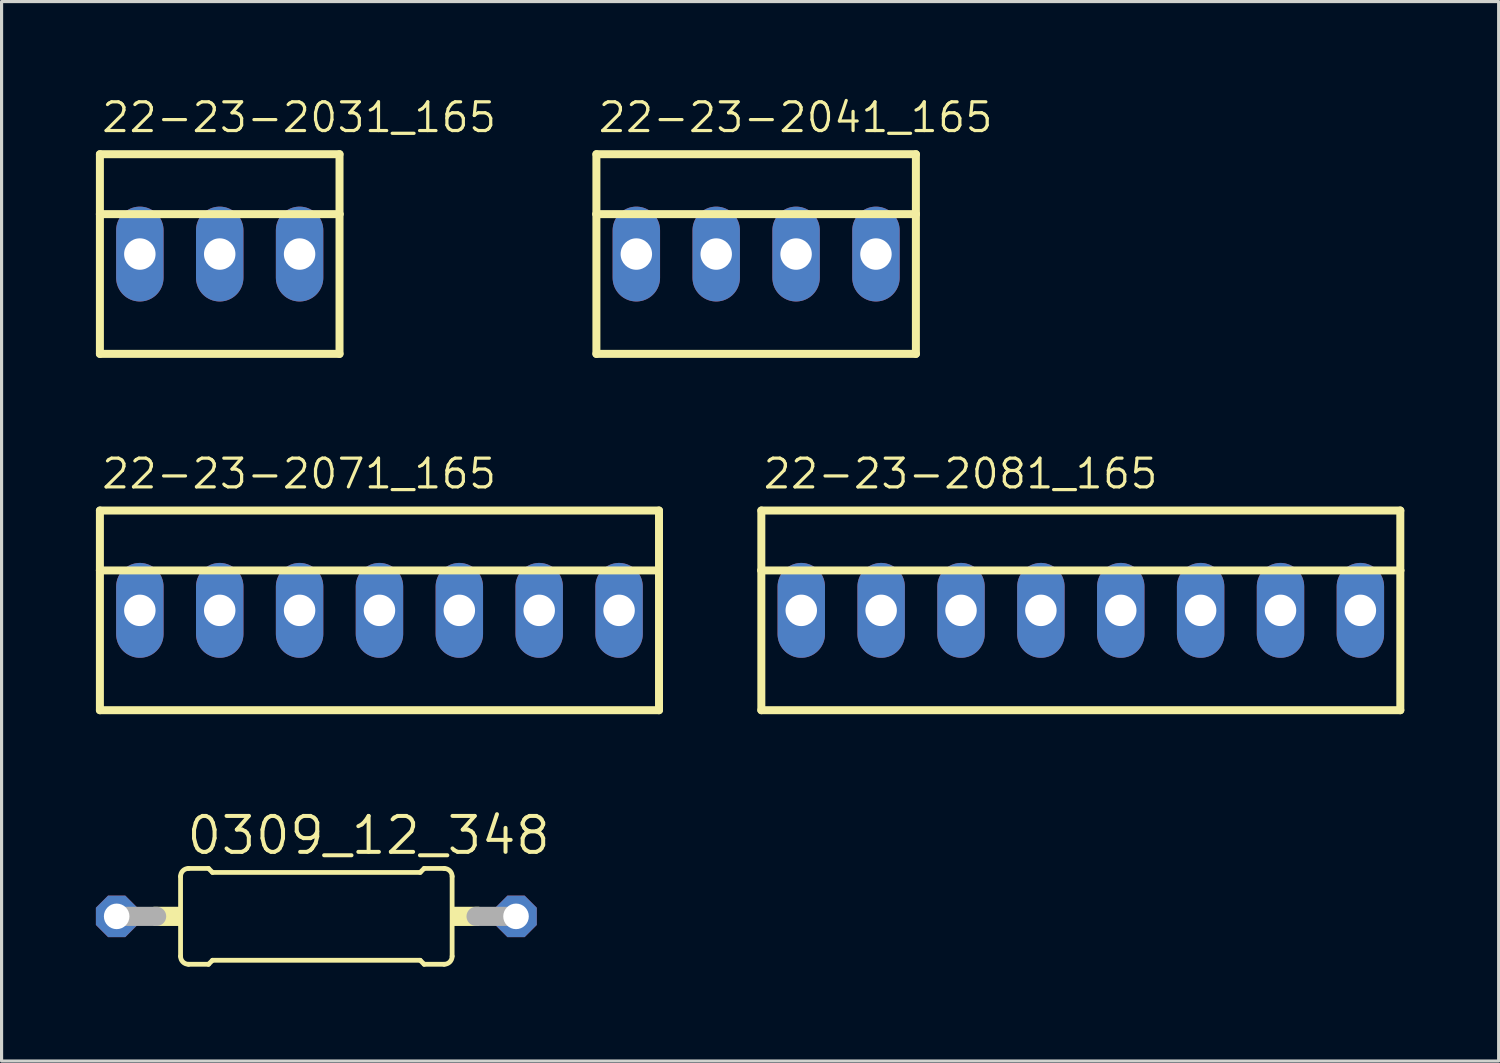
<source format=kicad_pcb>
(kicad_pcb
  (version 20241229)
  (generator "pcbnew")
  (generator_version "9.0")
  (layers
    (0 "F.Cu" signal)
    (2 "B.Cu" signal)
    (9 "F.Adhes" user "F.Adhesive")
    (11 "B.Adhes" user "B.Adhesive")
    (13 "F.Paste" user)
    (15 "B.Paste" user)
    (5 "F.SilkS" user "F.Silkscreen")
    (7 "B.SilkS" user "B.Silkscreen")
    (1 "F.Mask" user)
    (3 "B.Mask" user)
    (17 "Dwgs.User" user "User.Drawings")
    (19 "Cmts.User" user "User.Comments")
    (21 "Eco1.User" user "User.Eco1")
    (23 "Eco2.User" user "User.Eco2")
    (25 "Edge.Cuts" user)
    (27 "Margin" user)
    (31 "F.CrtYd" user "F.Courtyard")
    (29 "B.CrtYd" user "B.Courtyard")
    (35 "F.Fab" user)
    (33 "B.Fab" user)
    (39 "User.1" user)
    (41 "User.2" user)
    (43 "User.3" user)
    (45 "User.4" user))
  (footprint "22-23-2041_165"
    (layer "F.Cu")
    (at 20.996 5.029)
    (property "Reference" "22-23-2041_165" (at -5.08 -3.81 0) (unlocked yes) (layer "F.SilkS") (effects (font (size 0.914 0.914) (thickness 0.102)) (justify left bottom)))
    (fp_line (start -5.08 -3.175) (end 5.08 -3.175) (stroke (width 0.254) (type solid)) (layer "F.SilkS"))
    (fp_line (start -5.08 -1.27) (end -5.08 -3.175) (stroke (width 0.254) (type solid)) (layer "F.SilkS"))
    (fp_line (start -5.08 -1.27) (end 5.08 -1.27) (stroke (width 0.254) (type solid)) (layer "F.SilkS"))
    (fp_line (start -5.08 3.175) (end -5.08 -1.27) (stroke (width 0.254) (type solid)) (layer "F.SilkS"))
    (fp_line (start 5.08 -3.175) (end 5.08 -1.27) (stroke (width 0.254) (type solid)) (layer "F.SilkS"))
    (fp_line (start 5.08 -1.27) (end 5.08 3.175) (stroke (width 0.254) (type solid)) (layer "F.SilkS"))
    (fp_line (start 5.08 3.175) (end -5.08 3.175) (stroke (width 0.254) (type solid)) (layer "F.SilkS"))
    (pad "1" thru_hole oval (at -3.81 0 90) (size 3.016 1.508) (drill 1) (layers "*.Cu" "*.Mask"))
    (pad "2" thru_hole oval (at -1.27 0 90) (size 3.016 1.508) (drill 1) (layers "*.Cu" "*.Mask"))
    (pad "3" thru_hole oval (at 1.27 0 90) (size 3.016 1.508) (drill 1) (layers "*.Cu" "*.Mask"))
    (pad "4" thru_hole oval (at 3.81 0 90) (size 3.016 1.508) (drill 1) (layers "*.Cu" "*.Mask")))
  (footprint "22-23-2081_165"
    (layer "F.Cu")
    (at 31.321 16.36)
    (property "Reference" "22-23-2081_165" (at -10.16 -3.81 0) (unlocked yes) (layer "F.SilkS") (effects (font (size 0.914 0.914) (thickness 0.102)) (justify left bottom)))
    (fp_line (start -10.16 -3.175) (end 10.16 -3.175) (stroke (width 0.254) (type solid)) (layer "F.SilkS"))
    (fp_line (start -10.16 -1.27) (end -10.16 -3.175) (stroke (width 0.254) (type solid)) (layer "F.SilkS"))
    (fp_line (start -10.16 -1.27) (end 10.16 -1.27) (stroke (width 0.254) (type solid)) (layer "F.SilkS"))
    (fp_line (start -10.16 3.175) (end -10.16 -1.27) (stroke (width 0.254) (type solid)) (layer "F.SilkS"))
    (fp_line (start 10.16 -3.175) (end 10.16 -1.27) (stroke (width 0.254) (type solid)) (layer "F.SilkS"))
    (fp_line (start 10.16 -1.27) (end 10.16 3.175) (stroke (width 0.254) (type solid)) (layer "F.SilkS"))
    (fp_line (start 10.16 3.175) (end -10.16 3.175) (stroke (width 0.254) (type solid)) (layer "F.SilkS"))
    (pad "1" thru_hole oval (at -8.89 0 90) (size 3.016 1.508) (drill 1) (layers "*.Cu" "*.Mask"))
    (pad "2" thru_hole oval (at -6.35 0 90) (size 3.016 1.508) (drill 1) (layers "*.Cu" "*.Mask"))
    (pad "3" thru_hole oval (at -3.81 0 90) (size 3.016 1.508) (drill 1) (layers "*.Cu" "*.Mask"))
    (pad "4" thru_hole oval (at -1.27 0 90) (size 3.016 1.508) (drill 1) (layers "*.Cu" "*.Mask"))
    (pad "5" thru_hole oval (at 1.27 0 90) (size 3.016 1.508) (drill 1) (layers "*.Cu" "*.Mask"))
    (pad "6" thru_hole oval (at 3.81 0 90) (size 3.016 1.508) (drill 1) (layers "*.Cu" "*.Mask"))
    (pad "7" thru_hole oval (at 6.35 0 90) (size 3.016 1.508) (drill 1) (layers "*.Cu" "*.Mask"))
    (pad "8" thru_hole oval (at 8.89 0 90) (size 3.016 1.508) (drill 1) (layers "*.Cu" "*.Mask")))
  (footprint "22-23-2071_165"
    (layer "F.Cu")
    (at 9.017 16.36)
    (property "Reference" "22-23-2071_165" (at -8.89 -3.81 0) (unlocked yes) (layer "F.SilkS") (effects (font (size 0.914 0.914) (thickness 0.102)) (justify left bottom)))
    (fp_line (start -8.89 -3.175) (end 8.89 -3.175) (stroke (width 0.254) (type solid)) (layer "F.SilkS"))
    (fp_line (start -8.89 -1.27) (end -8.89 -3.175) (stroke (width 0.254) (type solid)) (layer "F.SilkS"))
    (fp_line (start -8.89 -1.27) (end 8.89 -1.27) (stroke (width 0.254) (type solid)) (layer "F.SilkS"))
    (fp_line (start -8.89 3.175) (end -8.89 -1.27) (stroke (width 0.254) (type solid)) (layer "F.SilkS"))
    (fp_line (start 8.89 -3.175) (end 8.89 -1.27) (stroke (width 0.254) (type solid)) (layer "F.SilkS"))
    (fp_line (start 8.89 -1.27) (end 8.89 3.175) (stroke (width 0.254) (type solid)) (layer "F.SilkS"))
    (fp_line (start 8.89 3.175) (end -8.89 3.175) (stroke (width 0.254) (type solid)) (layer "F.SilkS"))
    (pad "1" thru_hole oval (at -7.62 0 90) (size 3.016 1.508) (drill 1) (layers "*.Cu" "*.Mask"))
    (pad "2" thru_hole oval (at -5.08 0 90) (size 3.016 1.508) (drill 1) (layers "*.Cu" "*.Mask"))
    (pad "3" thru_hole oval (at -2.54 0 90) (size 3.016 1.508) (drill 1) (layers "*.Cu" "*.Mask"))
    (pad "4" thru_hole oval (at 0 0 90) (size 3.016 1.508) (drill 1) (layers "*.Cu" "*.Mask"))
    (pad "5" thru_hole oval (at 2.54 0 90) (size 3.016 1.508) (drill 1) (layers "*.Cu" "*.Mask"))
    (pad "6" thru_hole oval (at 5.08 0 90) (size 3.016 1.508) (drill 1) (layers "*.Cu" "*.Mask"))
    (pad "7" thru_hole oval (at 7.62 0 90) (size 3.016 1.508) (drill 1) (layers "*.Cu" "*.Mask")))
  (footprint "0309_12_348"
    (layer "F.Cu")
    (at 7.01 26.091)
    (property "Reference" "0309_12_348" (at -4.191 -1.905 0) (unlocked yes) (layer "F.SilkS") (effects (font (size 1.143 1.143) (thickness 0.127)) (justify left bottom)))
    (fp_line (start -4.318 1.27) (end -4.318 -1.27) (stroke (width 0.152) (type solid)) (layer "F.SilkS"))
    (fp_line (start -4.064 -1.524) (end -3.429 -1.524) (stroke (width 0.152) (type solid)) (layer "F.SilkS"))
    (fp_line (start -4.064 1.524) (end -3.429 1.524) (stroke (width 0.152) (type solid)) (layer "F.SilkS"))
    (fp_line (start -3.302 -1.397) (end -3.429 -1.524) (stroke (width 0.152) (type solid)) (layer "F.SilkS"))
    (fp_line (start -3.302 1.397) (end -3.429 1.524) (stroke (width 0.152) (type solid)) (layer "F.SilkS"))
    (fp_line (start 3.302 -1.397) (end -3.302 -1.397) (stroke (width 0.152) (type solid)) (layer "F.SilkS"))
    (fp_line (start 3.302 -1.397) (end 3.429 -1.524) (stroke (width 0.152) (type solid)) (layer "F.SilkS"))
    (fp_line (start 3.302 1.397) (end -3.302 1.397) (stroke (width 0.152) (type solid)) (layer "F.SilkS"))
    (fp_line (start 3.302 1.397) (end 3.429 1.524) (stroke (width 0.152) (type solid)) (layer "F.SilkS"))
    (fp_line (start 4.064 -1.524) (end 3.429 -1.524) (stroke (width 0.152) (type solid)) (layer "F.SilkS"))
    (fp_line (start 4.064 1.524) (end 3.429 1.524) (stroke (width 0.152) (type solid)) (layer "F.SilkS"))
    (fp_line (start 4.318 1.27) (end 4.318 -1.27) (stroke (width 0.152) (type solid)) (layer "F.SilkS"))
    (fp_arc (start -4.318 -1.27) (mid -4.243605 -1.449605) (end -4.064 -1.524) (stroke (width 0.1524) (type solid)) (layer "F.SilkS"))
    (fp_arc (start -4.064 1.524) (mid -4.243605 1.449605) (end -4.318 1.27) (stroke (width 0.1524) (type solid)) (layer "F.SilkS"))
    (fp_arc (start 4.064 -1.524) (mid 4.243605 -1.449605) (end 4.318 -1.27) (stroke (width 0.1524) (type solid)) (layer "F.SilkS"))
    (fp_arc (start 4.318 1.27) (mid 4.243605 1.449605) (end 4.064 1.524) (stroke (width 0.1524) (type solid)) (layer "F.SilkS"))
    (fp_poly (pts (xy -5.182 0.305) (xy -4.318 0.305) (xy -4.318 -0.305) (xy -5.182 -0.305)) (stroke (width 0) (type default)) (fill yes) (layer "F.SilkS"))
    (fp_poly (pts (xy 4.318 0.305) (xy 5.182 0.305) (xy 5.182 -0.305) (xy 4.318 -0.305)) (stroke (width 0) (type default)) (fill yes) (layer "F.SilkS"))
    (fp_line (start -6.35 0) (end -5.08 0) (stroke (width 0.61) (type solid)) (layer "F.Fab"))
    (fp_line (start 6.35 0) (end 5.08 0) (stroke (width 0.61) (type solid)) (layer "F.Fab"))
    (pad "1" thru_hole roundrect (at -6.35 0) (size 1.321 1.321) (drill 0.813) (layers "*.Cu" "*.Mask") (roundrect_rratio 0.25) (chamfer_ratio 0.293) (chamfer top_left top_right bottom_left bottom_right))
    (pad "2" thru_hole roundrect (at 6.35 0) (size 1.321 1.321) (drill 0.813) (layers "*.Cu" "*.Mask") (roundrect_rratio 0.25) (chamfer_ratio 0.293) (chamfer top_left top_right bottom_left bottom_right)))
  (footprint "22-23-2031_165"
    (layer "F.Cu")
    (at 3.937 5.029)
    (property "Reference" "22-23-2031_165" (at -3.81 -3.81 0) (unlocked yes) (layer "F.SilkS") (effects (font (size 0.914 0.914) (thickness 0.102)) (justify left bottom)))
    (fp_line (start -3.81 -3.175) (end 3.81 -3.175) (stroke (width 0.254) (type solid)) (layer "F.SilkS"))
    (fp_line (start -3.81 -1.27) (end -3.81 -3.175) (stroke (width 0.254) (type solid)) (layer "F.SilkS"))
    (fp_line (start -3.81 -1.27) (end 3.81 -1.27) (stroke (width 0.254) (type solid)) (layer "F.SilkS"))
    (fp_line (start -3.81 3.175) (end -3.81 -1.27) (stroke (width 0.254) (type solid)) (layer "F.SilkS"))
    (fp_line (start 3.81 -3.175) (end 3.81 -1.27) (stroke (width 0.254) (type solid)) (layer "F.SilkS"))
    (fp_line (start 3.81 -1.27) (end 3.81 3.175) (stroke (width 0.254) (type solid)) (layer "F.SilkS"))
    (fp_line (start 3.81 3.175) (end -3.81 3.175) (stroke (width 0.254) (type solid)) (layer "F.SilkS"))
    (pad "1" thru_hole oval (at -2.54 0 90) (size 3.016 1.508) (drill 1) (layers "*.Cu" "*.Mask"))
    (pad "2" thru_hole oval (at 0 0 90) (size 3.016 1.508) (drill 1) (layers "*.Cu" "*.Mask"))
    (pad "3" thru_hole oval (at 2.54 0 90) (size 3.016 1.508) (drill 1) (layers "*.Cu" "*.Mask")))
  (gr_rect
    (start -3 -3)
    (end 44.608 30.692)
    (stroke (width 0.1) (type default))
    (fill no)
    (layer "Edge.Cuts")))
</source>
